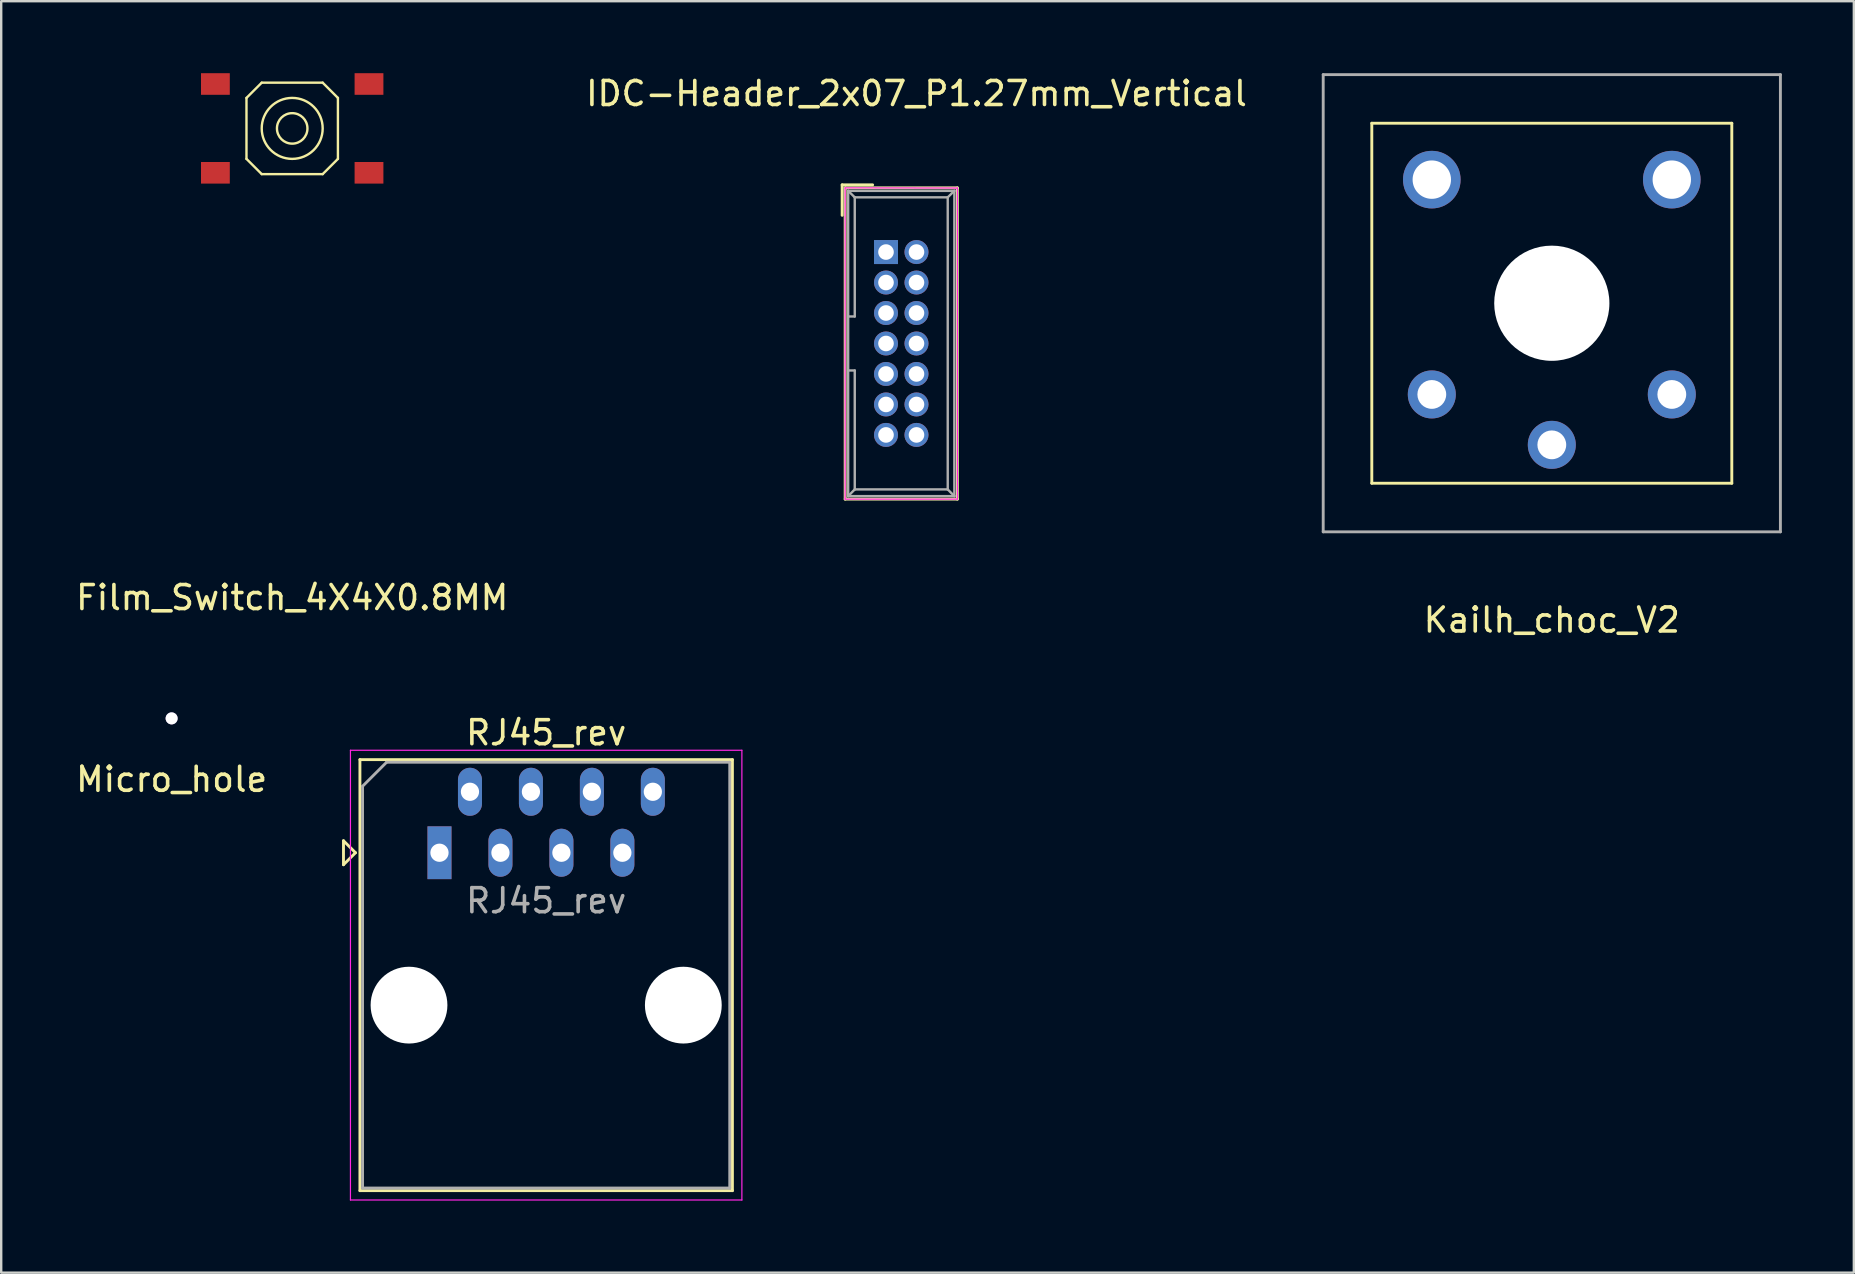
<source format=kicad_pcb>
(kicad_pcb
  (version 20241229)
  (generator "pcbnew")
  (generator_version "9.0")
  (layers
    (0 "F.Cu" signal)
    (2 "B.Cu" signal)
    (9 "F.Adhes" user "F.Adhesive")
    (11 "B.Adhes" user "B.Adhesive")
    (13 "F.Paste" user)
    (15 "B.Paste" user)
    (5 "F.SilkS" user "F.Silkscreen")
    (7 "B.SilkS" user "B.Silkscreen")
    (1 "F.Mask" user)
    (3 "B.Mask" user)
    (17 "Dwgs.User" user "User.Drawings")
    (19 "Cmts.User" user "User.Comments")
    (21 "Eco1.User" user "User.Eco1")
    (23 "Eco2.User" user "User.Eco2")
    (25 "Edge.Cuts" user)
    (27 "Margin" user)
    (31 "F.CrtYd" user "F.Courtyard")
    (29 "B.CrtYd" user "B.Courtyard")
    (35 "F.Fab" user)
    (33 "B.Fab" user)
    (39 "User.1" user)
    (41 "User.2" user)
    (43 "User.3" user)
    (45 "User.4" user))
  (footprint "Micro_hole"
    (layer "F.Cu")
    (at 4.101 26.883)
    (property "Reference" "Micro_hole" (at 0 2.54 0) (layer "F.SilkS") (effects (font (size 1 1) (thickness 0.15))))
    (attr through_hole)
    (pad "1" thru_hole circle (at 0 0) (size 0.5 0.5) (drill 0.5) (layers "*.Cu" "*.Mask")))
  (footprint "RJ45_rev"
    (layer "F.Cu")
    (at 15.262 32.481)
    (property "Reference" "RJ45_rev" (at 4.445 -5 0) (layer "F.SilkS") (effects (font (size 1 1) (thickness 0.15))))
    (attr through_hole)
    (fp_line (start -4 -0.5) (end -4 0.5) (stroke (width 0.12) (type solid)) (layer "F.SilkS"))
    (fp_line (start -4 0.5) (end -3.5 0) (stroke (width 0.12) (type solid)) (layer "F.SilkS"))
    (fp_line (start -3.5 0) (end -4 -0.5) (stroke (width 0.12) (type solid)) (layer "F.SilkS"))
    (fp_line (start -3.315 -3.88) (end -3.315 14.08) (stroke (width 0.12) (type solid)) (layer "F.SilkS"))
    (fp_line (start -3.315 14.08) (end 12.205 14.08) (stroke (width 0.12) (type solid)) (layer "F.SilkS"))
    (fp_line (start 12.205 -3.88) (end -3.315 -3.88) (stroke (width 0.12) (type solid)) (layer "F.SilkS"))
    (fp_line (start 12.205 -3.88) (end 12.205 14.08) (stroke (width 0.12) (type solid)) (layer "F.SilkS"))
    (fp_line (start -3.71 -4.27) (end -3.71 14.47) (stroke (width 0.05) (type solid)) (layer "F.CrtYd"))
    (fp_line (start -3.71 -4.27) (end 12.6 -4.27) (stroke (width 0.05) (type solid)) (layer "F.CrtYd"))
    (fp_line (start 12.6 14.47) (end -3.71 14.47) (stroke (width 0.05) (type solid)) (layer "F.CrtYd"))
    (fp_line (start 12.6 14.47) (end 12.6 -4.27) (stroke (width 0.05) (type solid)) (layer "F.CrtYd"))
    (fp_line (start -3.205 -2.77) (end -2.205 -3.77) (stroke (width 0.12) (type solid)) (layer "F.Fab"))
    (fp_line (start -3.205 13.97) (end -3.205 -2.77) (stroke (width 0.12) (type solid)) (layer "F.Fab"))
    (fp_line (start -2.205 -3.77) (end 12.095 -3.77) (stroke (width 0.12) (type solid)) (layer "F.Fab"))
    (fp_line (start 12.095 -3.77) (end 12.095 13.97) (stroke (width 0.12) (type solid)) (layer "F.Fab"))
    (fp_line (start 12.095 13.97) (end -3.205 13.97) (stroke (width 0.12) (type solid)) (layer "F.Fab"))
    (fp_text user "${REFERENCE}" (at 4.445 2 0) (layer "F.Fab") (effects (font (size 1 1) (thickness 0.15))))
    (pad "" np_thru_hole circle (at -1.27 6.35) (size 3.2 3.2) (drill 3.2) (layers "*.Cu" "*.Mask"))
    (pad "" np_thru_hole circle (at 10.16 6.35) (size 3.2 3.2) (drill 3.2) (layers "*.Cu" "*.Mask"))
    (pad "1" thru_hole rect (at 0 0) (size 1 2.2) (drill 0.76) (layers "*.Cu" "*.Mask"))
    (pad "2" thru_hole oval (at 1.27 -2.54) (size 1 2) (drill 0.76) (layers "*.Cu" "*.Mask"))
    (pad "3" thru_hole oval (at 2.54 0) (size 1 2) (drill 0.76) (layers "*.Cu" "*.Mask"))
    (pad "4" thru_hole oval (at 3.81 -2.54) (size 1 2) (drill 0.76) (layers "*.Cu" "*.Mask"))
    (pad "5" thru_hole oval (at 5.08 0) (size 1 2) (drill 0.76) (layers "*.Cu" "*.Mask"))
    (pad "6" thru_hole oval (at 6.35 -2.54) (size 1 2) (drill 0.76) (layers "*.Cu" "*.Mask"))
    (pad "7" thru_hole oval (at 7.62 0) (size 1 2) (drill 0.76) (layers "*.Cu" "*.Mask"))
    (pad "8" thru_hole oval (at 8.89 -2.54) (size 1 2) (drill 0.76) (layers "*.Cu" "*.Mask")))
  (footprint "IDC-Header_2x07_P1.27mm_Vertical"
    (layer "F.Cu")
    (at 33.867 7.452)
    (property "Reference" "IDC-Header_2x07_P1.27mm_Vertical" (at 1.27 -6.604 0) (layer "F.SilkS") (effects (font (size 1 1) (thickness 0.15))))
    (attr through_hole)
    (fp_line (start -1.827 -2.8) (end -1.827 -1.53) (stroke (width 0.12) (type solid)) (layer "F.SilkS"))
    (fp_line (start -1.827 -2.8) (end -0.557 -2.8) (stroke (width 0.12) (type solid)) (layer "F.SilkS"))
    (fp_line (start -1.702 -2.675) (end 2.973 -2.675) (stroke (width 0.12) (type solid)) (layer "F.SilkS"))
    (fp_line (start -1.702 10.295) (end -1.702 -2.675) (stroke (width 0.12) (type solid)) (layer "F.SilkS"))
    (fp_line (start 2.973 -2.675) (end 2.973 10.295) (stroke (width 0.12) (type solid)) (layer "F.SilkS"))
    (fp_line (start 2.973 10.295) (end -1.702 10.295) (stroke (width 0.12) (type solid)) (layer "F.SilkS"))
    (fp_line (start -1.702 -2.675) (end 2.972 -2.667) (stroke (width 0.05) (type solid)) (layer "F.CrtYd"))
    (fp_line (start -1.702 10.295) (end -1.702 -2.675) (stroke (width 0.05) (type solid)) (layer "F.CrtYd"))
    (fp_line (start 2.975 -2.675) (end 2.975 10.295) (stroke (width 0.05) (type solid)) (layer "F.CrtYd"))
    (fp_line (start 2.975 10.295) (end -1.702 10.295) (stroke (width 0.05) (type solid)) (layer "F.CrtYd"))
    (fp_line (start -1.577 -2.55) (end -1.577 10.17) (stroke (width 0.1) (type solid)) (layer "F.Fab"))
    (fp_line (start -1.577 -2.55) (end -1.302 -2.28) (stroke (width 0.1) (type solid)) (layer "F.Fab"))
    (fp_line (start -1.577 10.17) (end -1.302 9.89) (stroke (width 0.1) (type solid)) (layer "F.Fab"))
    (fp_line (start -1.302 -2.28) (end -1.302 2.685) (stroke (width 0.1) (type solid)) (layer "F.Fab"))
    (fp_line (start -1.302 2.685) (end -1.577 2.685) (stroke (width 0.1) (type solid)) (layer "F.Fab"))
    (fp_line (start -1.302 4.935) (end -1.577 4.935) (stroke (width 0.1) (type solid)) (layer "F.Fab"))
    (fp_line (start -1.302 4.935) (end -1.302 9.89) (stroke (width 0.1) (type solid)) (layer "F.Fab"))
    (fp_line (start 2.572 -2.28) (end -1.302 -2.28) (stroke (width 0.1) (type solid)) (layer "F.Fab"))
    (fp_line (start 2.572 -2.28) (end 2.572 9.89) (stroke (width 0.1) (type solid)) (layer "F.Fab"))
    (fp_line (start 2.572 9.89) (end -1.302 9.89) (stroke (width 0.1) (type solid)) (layer "F.Fab"))
    (fp_line (start 2.848 -2.55) (end -1.577 -2.55) (stroke (width 0.1) (type solid)) (layer "F.Fab"))
    (fp_line (start 2.848 -2.55) (end 2.572 -2.28) (stroke (width 0.1) (type solid)) (layer "F.Fab"))
    (fp_line (start 2.848 -2.55) (end 2.848 10.17) (stroke (width 0.1) (type solid)) (layer "F.Fab"))
    (fp_line (start 2.848 10.17) (end -1.577 10.17) (stroke (width 0.1) (type solid)) (layer "F.Fab"))
    (fp_line (start 2.848 10.17) (end 2.572 9.89) (stroke (width 0.1) (type solid)) (layer "F.Fab"))
    (pad "1" thru_hole rect (at 0 0) (size 1 1) (drill 0.65) (layers "*.Cu" "*.Mask"))
    (pad "2" thru_hole oval (at 1.27 0) (size 1 1) (drill 0.65) (layers "*.Cu" "*.Mask"))
    (pad "3" thru_hole oval (at 0 1.27) (size 1 1) (drill 0.65) (layers "*.Cu" "*.Mask"))
    (pad "4" thru_hole oval (at 1.27 1.27) (size 1 1) (drill 0.65) (layers "*.Cu" "*.Mask"))
    (pad "5" thru_hole oval (at 0 2.54) (size 1 1) (drill 0.65) (layers "*.Cu" "*.Mask"))
    (pad "6" thru_hole oval (at 1.27 2.54) (size 1 1) (drill 0.65) (layers "*.Cu" "*.Mask"))
    (pad "7" thru_hole oval (at 0 3.81) (size 1 1) (drill 0.65) (layers "*.Cu" "*.Mask"))
    (pad "8" thru_hole oval (at 1.27 3.81) (size 1 1) (drill 0.65) (layers "*.Cu" "*.Mask"))
    (pad "9" thru_hole oval (at 0 5.08) (size 1 1) (drill 0.65) (layers "*.Cu" "*.Mask"))
    (pad "10" thru_hole oval (at 1.27 5.08) (size 1 1) (drill 0.65) (layers "*.Cu" "*.Mask"))
    (pad "11" thru_hole oval (at 0 6.35) (size 1 1) (drill 0.65) (layers "*.Cu" "*.Mask"))
    (pad "12" thru_hole oval (at 1.27 6.35) (size 1 1) (drill 0.65) (layers "*.Cu" "*.Mask"))
    (pad "13" thru_hole oval (at 0 7.62) (size 1 1) (drill 0.65) (layers "*.Cu" "*.Mask"))
    (pad "14" thru_hole oval (at 1.27 7.62) (size 1 1) (drill 0.65) (layers "*.Cu" "*.Mask")))
  (footprint "Film_Switch_4X4X0.8MM"
    (layer "F.Cu")
    (at 9.125 2.3)
    (property "Reference" "Film_Switch_4X4X0.8MM" (at 0 19.55 0) (layer "F.SilkS") (effects (font (size 1 1) (thickness 0.15))))
    (attr through_hole)
    (fp_line (start -1.905 -1.27) (end -1.905 1.27) (stroke (width 0.1) (type solid)) (layer "F.SilkS"))
    (fp_line (start -1.905 1.27) (end -1.27 1.905) (stroke (width 0.1) (type solid)) (layer "F.SilkS"))
    (fp_line (start -1.27 -1.905) (end -1.905 -1.27) (stroke (width 0.1) (type solid)) (layer "F.SilkS"))
    (fp_line (start -1.27 1.905) (end 1.27 1.905) (stroke (width 0.1) (type solid)) (layer "F.SilkS"))
    (fp_line (start 1.27 -1.905) (end -1.27 -1.905) (stroke (width 0.1) (type solid)) (layer "F.SilkS"))
    (fp_line (start 1.27 1.905) (end 1.905 1.27) (stroke (width 0.1) (type solid)) (layer "F.SilkS"))
    (fp_line (start 1.905 -1.27) (end 1.27 -1.905) (stroke (width 0.1) (type solid)) (layer "F.SilkS"))
    (fp_line (start 1.905 1.27) (end 1.905 -1.27) (stroke (width 0.1) (type solid)) (layer "F.SilkS"))
    (fp_circle (center 0 0) (end 0.635 0) (stroke (width 0.1) (type solid)) (fill no) (layer "F.SilkS"))
    (fp_circle (center 0 0) (end 1.27 0) (stroke (width 0.1) (type solid)) (fill no) (layer "F.SilkS"))
    (pad "1" smd trapezoid (at 3.2 1.85) (size 1.2 0.9) (layers "F.Cu" "F.Mask" "F.Paste"))
    (pad "2" smd trapezoid (at -3.2 1.85) (size 1.2 0.9) (layers "F.Cu" "F.Mask" "F.Paste"))
    (pad "3" smd trapezoid (at -3.2 -1.85) (size 1.2 0.9) (layers "F.Cu" "F.Mask" "F.Paste"))
    (pad "4" smd trapezoid (at 3.2 -1.85) (size 1.2 0.9) (layers "F.Cu" "F.Mask" "F.Paste")))
  (footprint "Kailh_choc_V2"
    (layer "F.Cu")
    (at 61.609 9.585)
    (property "Reference" "Kailh_choc_V2" (at 0 13.2 0) (layer "F.SilkS") (effects (font (size 1 1) (thickness 0.15))))
    (attr through_hole)
    (fp_line (start -7.5 -7.5) (end 7.5 -7.5) (stroke (width 0.12) (type solid)) (layer "F.SilkS"))
    (fp_line (start -7.5 7.5) (end -7.5 -7.5) (stroke (width 0.12) (type solid)) (layer "F.SilkS"))
    (fp_line (start -7.5 7.5) (end 7.5 7.5) (stroke (width 0.12) (type solid)) (layer "F.SilkS"))
    (fp_line (start 7.5 -7.5) (end 7.5 7.5) (stroke (width 0.12) (type solid)) (layer "F.SilkS"))
    (fp_line (start -9.525 -9.525) (end 9.525 -9.525) (stroke (width 0.12) (type solid)) (layer "F.Fab"))
    (fp_line (start -9.525 9.525) (end -9.525 -9.525) (stroke (width 0.12) (type solid)) (layer "F.Fab"))
    (fp_line (start 9.525 -9.525) (end 9.525 9.525) (stroke (width 0.12) (type solid)) (layer "F.Fab"))
    (fp_line (start 9.525 9.525) (end -9.525 9.525) (stroke (width 0.12) (type solid)) (layer "F.Fab"))
    (pad "" np_thru_hole circle (at -5 -5.15) (size 2.4 2.4) (drill 1.6) (layers "*.Cu" "*.Mask"))
    (pad "" np_thru_hole circle (at 0 0) (size 4.8 4.8) (drill 4.8) (layers "*.Cu" "*.Mask"))
    (pad "" np_thru_hole circle (at 5 -5.15) (size 2.4 2.4) (drill 1.6) (layers "*.Cu" "*.Mask"))
    (pad "1" thru_hole circle (at 0 5.9 180) (size 2 2) (drill 1.2) (layers "*.Cu" "*.Mask"))
    (pad "2" thru_hole circle (at -5 3.8) (size 2 2) (drill 1.2) (layers "*.Cu" "*.Mask"))
    (pad "2" thru_hole circle (at 5 3.8) (size 2 2) (drill 1.2) (layers "*.Cu" "*.Mask")))
  (gr_rect
    (start -3 -3)
    (end 74.194 49.977)
    (stroke (width 0.1) (type default))
    (fill no)
    (layer "Edge.Cuts")))
</source>
